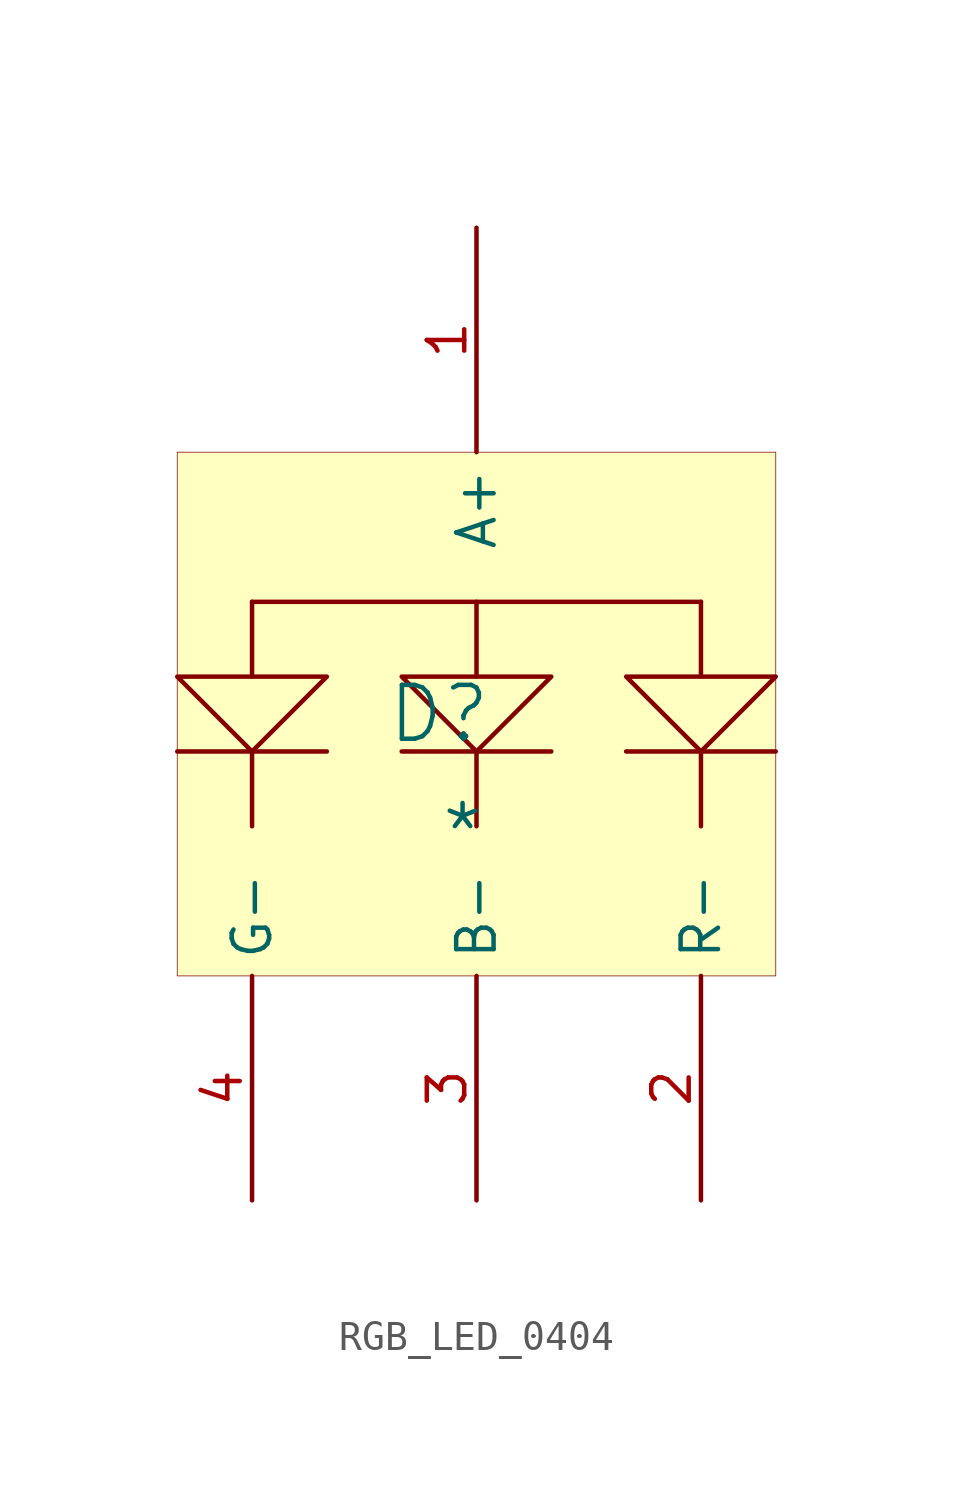
<source format=kicad_sym>
(kicad_symbol_lib
  (version 20241209)
  (generator "kicad_symbol_editor")
  (generator_version "9.0")
  (symbol "RGB_LED_0404"
    (property "Reference" "D"
      (at -1.27 1.27 0)
      (effects (font (size 1.829 1.829))))
    (property "Value" "*"
      (at -1.27 -3.81 0)
      (effects (font (size 1.829 1.829)) (justify left bottom)))
    (symbol "RGB_LED_0404_1_0"
      (polyline (pts (xy -10.16 0) (xy -5.08 0)) (stroke (width 0) (type solid)) (fill (type none)))
      (polyline (pts (xy -7.62 5.08) (xy -7.62 2.54) (xy -10.16 2.54) (xy -7.62 0) (xy -5.08 2.54) (xy -7.62 2.54)) (stroke (width 0) (type solid)) (fill (type none)))
      (polyline (pts (xy -7.62 0) (xy -7.62 -2.54)) (stroke (width 0) (type solid)) (fill (type none)))
      (polyline (pts (xy -2.54 0) (xy 2.54 0)) (stroke (width 0) (type solid)) (fill (type none)))
      (polyline (pts (xy 0 5.08) (xy 0 2.54) (xy -2.54 2.54) (xy 0 0) (xy 2.54 2.54) (xy 0 2.54)) (stroke (width 0) (type solid)) (fill (type none)))
      (polyline (pts (xy 0 0) (xy 0 -2.54)) (stroke (width 0) (type solid)) (fill (type none)))
      (polyline (pts (xy 5.08 0) (xy 10.16 0)) (stroke (width 0) (type solid)) (fill (type none)))
      (polyline (pts (xy 7.62 5.08) (xy -7.62 5.08)) (stroke (width 0) (type solid)) (fill (type none)))
      (polyline (pts (xy 7.62 5.08) (xy 7.62 2.54) (xy 5.08 2.54) (xy 7.62 0) (xy 10.16 2.54) (xy 7.62 2.54)) (stroke (width 0) (type solid)) (fill (type none)))
      (polyline (pts (xy 7.62 0) (xy 7.62 -2.54)) (stroke (width 0) (type solid)) (fill (type none)))
      (rectangle (start 10.16 10.16) (end -10.16 -7.62) (stroke (width 0.025) (type solid) (color 128 0 0 1)) (fill (type background)))
      (pin passive line (at -7.62 -15.24 90) (length 7.62) (name "G-" (effects (font (size 1.27 1.27)))) (number "4" (effects (font (size 1.27 1.27)))))
      (pin passive line (at 0 17.78 270) (length 7.62) (name "A+" (effects (font (size 1.27 1.27)))) (number "1" (effects (font (size 1.27 1.27)))))
      (pin passive line (at 0 -15.24 90) (length 7.62) (name "B-" (effects (font (size 1.27 1.27)))) (number "3" (effects (font (size 1.27 1.27)))))
      (pin passive line (at 7.62 -15.24 90) (length 7.62) (name "R-" (effects (font (size 1.27 1.27)))) (number "2" (effects (font (size 1.27 1.27))))))))
</source>
